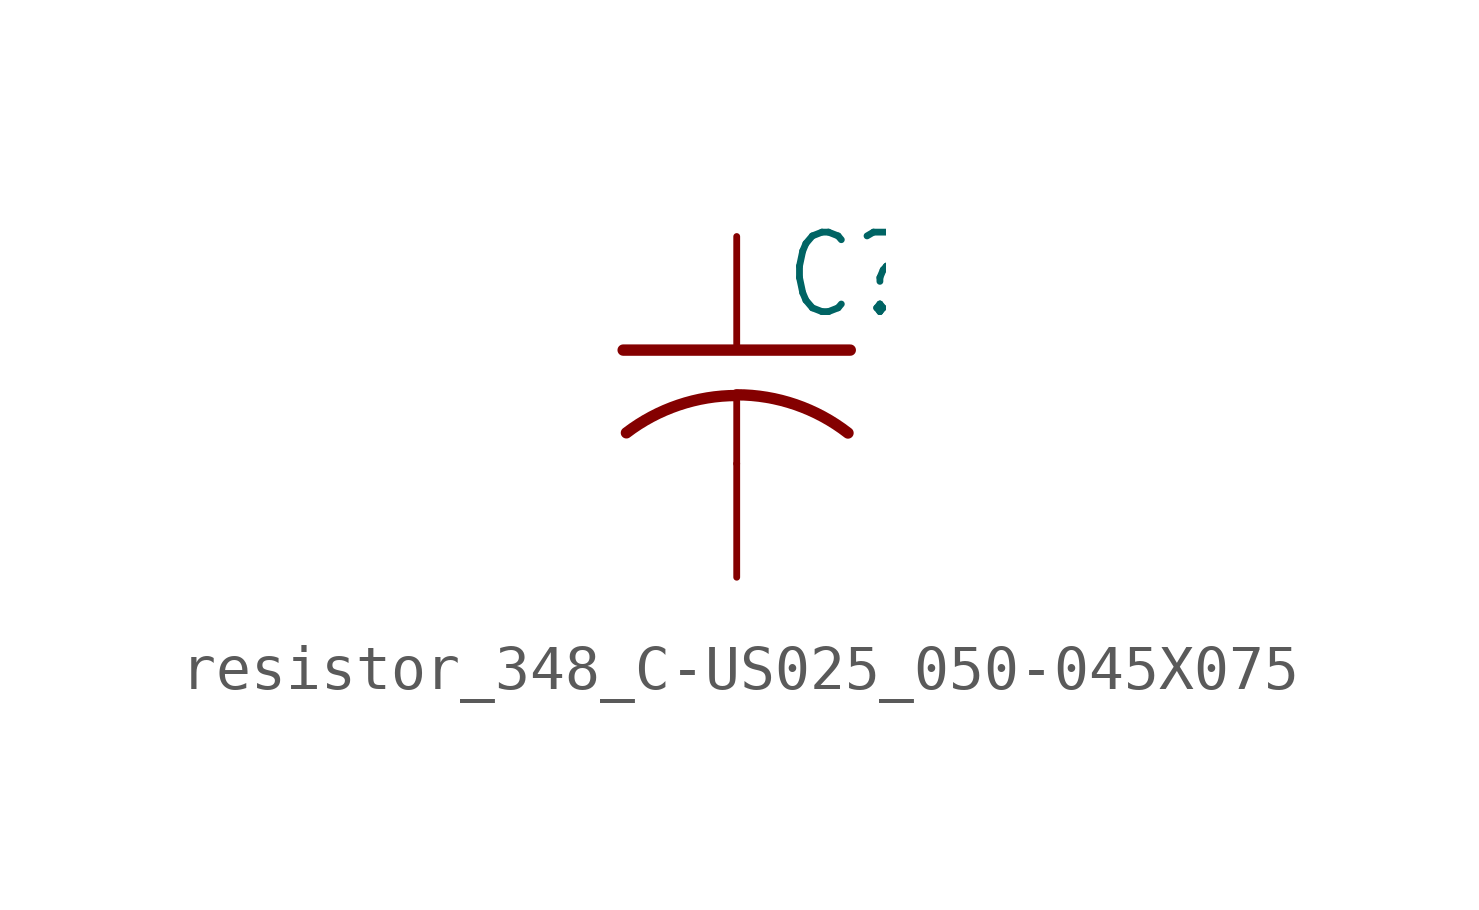
<source format=kicad_sym>
(kicad_symbol_lib
  (version 20241209)
  (generator "kicad_symbol_editor")
  (generator_version "9.0")
  (symbol "resistor_348_C-US025_050-045X075"
    (property "Reference" "C"
      (at 1.016 0.635 0)
      (effects (font (size 1.778 1.511)) (justify left bottom)))
    (property "Value" ""
      (at 1.016 -4.191 0)
      (effects (font (size 1.778 1.511)) (justify left bottom)))
    (property "ki_locked" ""
      (at 0 0 0)
      (effects (font (size 1.27 1.27))))
    (symbol "resistor_348_C-US025_050-045X075_1_0"
      (polyline (pts (xy -2.54 0) (xy 2.54 0)) (stroke (width 0.254) (type solid)) (fill (type none)))
      (polyline (pts (xy 0 -1.016) (xy 0 -2.54)) (stroke (width 0.152) (type solid)) (fill (type none)))
      (arc (start 0 -1) (mid 1.3158 -1.2195) (end 2.4892 -1.8541) (stroke (width 0.254) (type solid)) (fill (type none)))
      (arc (start -2.4668 -1.8504) (mid -1.302 -1.2303) (end 0 -1.0161) (stroke (width 0.254) (type solid)) (fill (type none)))
      (pin passive line (at 0 2.54 270) (length 2.54) (name "1" (effects (font (size 0 0)))) (number "1" (effects (font (size 0 0)))))
      (pin passive line (at 0 -5.08 90) (length 2.54) (name "2" (effects (font (size 0 0)))) (number "2" (effects (font (size 0 0))))))))
</source>
